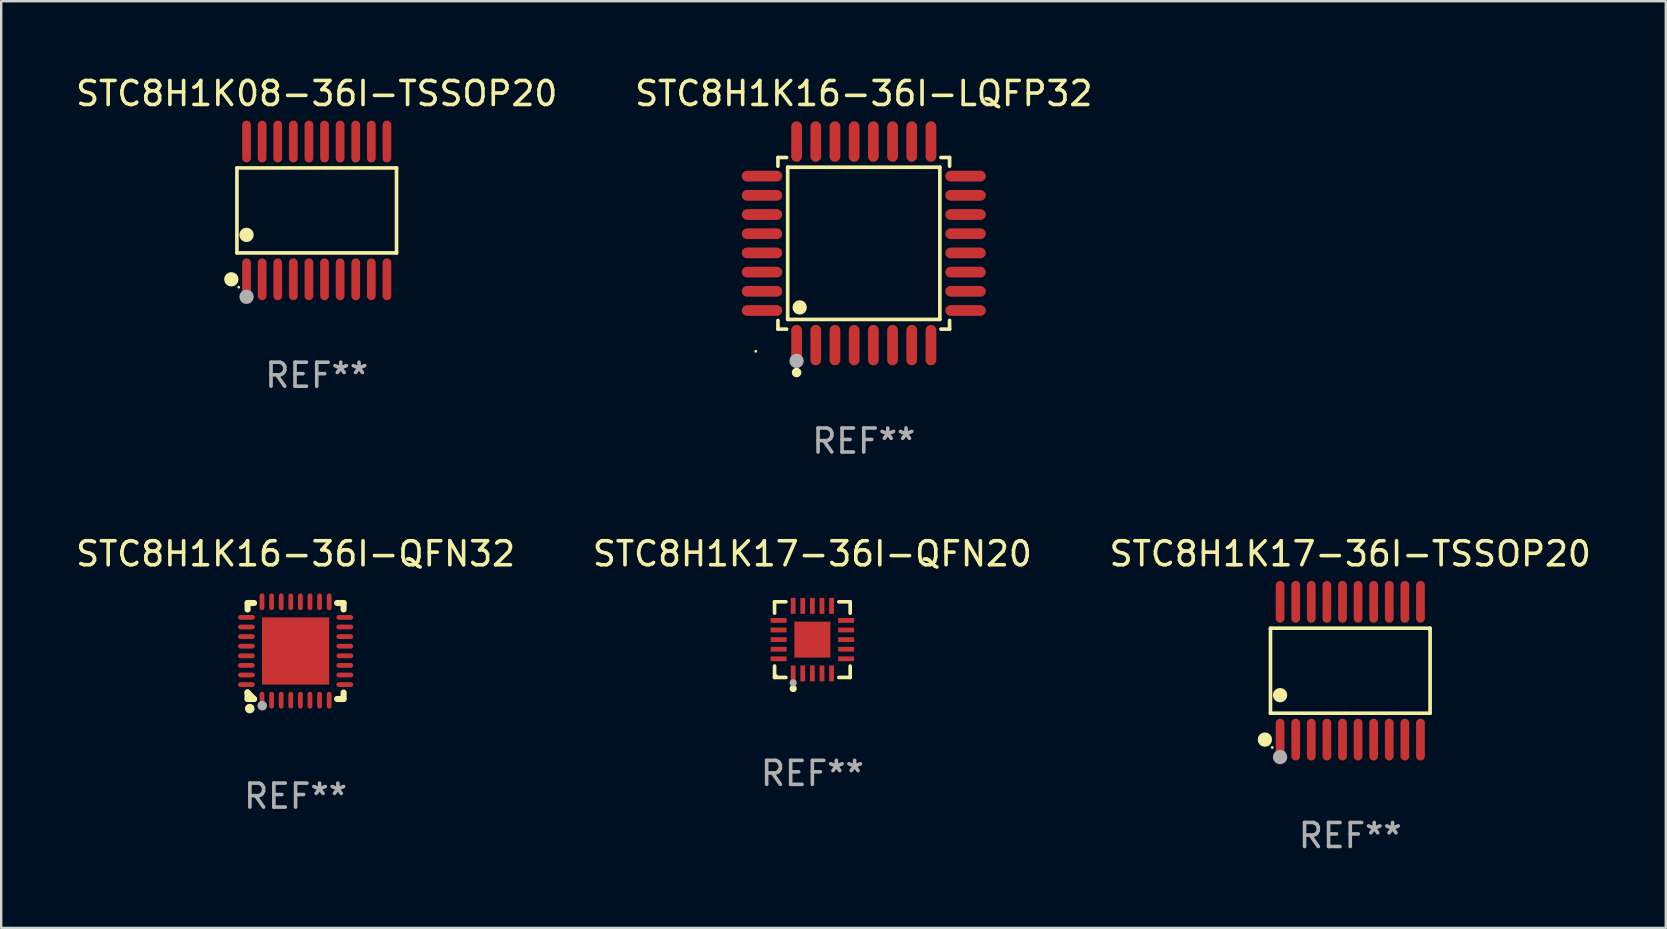
<source format=kicad_pcb>
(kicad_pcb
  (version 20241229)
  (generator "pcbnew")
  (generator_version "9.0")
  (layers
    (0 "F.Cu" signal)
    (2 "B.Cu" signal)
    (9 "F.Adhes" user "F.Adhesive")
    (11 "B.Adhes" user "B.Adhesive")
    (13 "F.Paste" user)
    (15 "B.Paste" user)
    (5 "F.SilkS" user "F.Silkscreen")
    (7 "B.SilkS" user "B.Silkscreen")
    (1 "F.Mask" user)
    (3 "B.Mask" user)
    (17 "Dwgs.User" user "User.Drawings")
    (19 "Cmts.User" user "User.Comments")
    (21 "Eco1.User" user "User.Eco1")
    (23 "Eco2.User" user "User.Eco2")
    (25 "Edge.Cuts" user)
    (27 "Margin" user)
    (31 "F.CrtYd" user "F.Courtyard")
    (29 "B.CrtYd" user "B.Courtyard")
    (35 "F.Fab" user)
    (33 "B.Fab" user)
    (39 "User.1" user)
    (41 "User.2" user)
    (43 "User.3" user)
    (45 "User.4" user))
  (footprint "STC8H1K17-36I-TSSOP20"
    (layer "F.Cu")
    (at 53.22 24.9)
    (property "Reference" "STC8H1K17-36I-TSSOP20" (at 0 -4.871 0) (layer "F.SilkS") (effects (font (size 1 1) (thickness 0.15))))
    (attr through_hole)
    (fp_line (start -3.326 -1.771) (end 3.326 -1.771) (stroke (width 0.152) (type solid)) (layer "F.SilkS"))
    (fp_line (start -3.326 1.771) (end -3.326 -1.771) (stroke (width 0.152) (type solid)) (layer "F.SilkS"))
    (fp_line (start 3.326 -1.771) (end 3.326 1.771) (stroke (width 0.152) (type solid)) (layer "F.SilkS"))
    (fp_line (start 3.326 1.771) (end -3.326 1.771) (stroke (width 0.152) (type solid)) (layer "F.SilkS"))
    (fp_circle (center -3.559 2.871) (end -3.409 2.871) (stroke (width 0.3) (type solid)) (fill no) (layer "F.SilkS"))
    (fp_circle (center -3.25 3.2) (end -3.22 3.2) (stroke (width 0.06) (type solid)) (fill no) (layer "F.SilkS"))
    (fp_circle (center -2.925 1.019) (end -2.775 1.019) (stroke (width 0.3) (type solid)) (fill no) (layer "F.SilkS"))
    (fp_circle (center -2.925 3.6) (end -2.775 3.6) (stroke (width 0.3) (type solid)) (fill no) (layer "F.Fab"))
    (fp_text user "REF**" (at 0 6.871 0) (layer "F.Fab") (effects (font (size 1 1) (thickness 0.15))))
    (pad "1" smd oval (at -2.925 2.871) (size 0.364 1.742) (layers "F.Cu" "F.Mask" "F.Paste"))
    (pad "2" smd oval (at -2.275 2.871) (size 0.364 1.742) (layers "F.Cu" "F.Mask" "F.Paste"))
    (pad "3" smd oval (at -1.625 2.871) (size 0.364 1.742) (layers "F.Cu" "F.Mask" "F.Paste"))
    (pad "4" smd oval (at -0.975 2.871) (size 0.364 1.742) (layers "F.Cu" "F.Mask" "F.Paste"))
    (pad "5" smd oval (at -0.325 2.871) (size 0.364 1.742) (layers "F.Cu" "F.Mask" "F.Paste"))
    (pad "6" smd oval (at 0.325 2.871) (size 0.364 1.742) (layers "F.Cu" "F.Mask" "F.Paste"))
    (pad "7" smd oval (at 0.975 2.871) (size 0.364 1.742) (layers "F.Cu" "F.Mask" "F.Paste"))
    (pad "8" smd oval (at 1.625 2.871) (size 0.364 1.742) (layers "F.Cu" "F.Mask" "F.Paste"))
    (pad "9" smd oval (at 2.275 2.871) (size 0.364 1.742) (layers "F.Cu" "F.Mask" "F.Paste"))
    (pad "10" smd oval (at 2.925 2.871) (size 0.364 1.742) (layers "F.Cu" "F.Mask" "F.Paste"))
    (pad "11" smd oval (at 2.925 -2.871) (size 0.364 1.742) (layers "F.Cu" "F.Mask" "F.Paste"))
    (pad "12" smd oval (at 2.275 -2.871) (size 0.364 1.742) (layers "F.Cu" "F.Mask" "F.Paste"))
    (pad "13" smd oval (at 1.625 -2.871) (size 0.364 1.742) (layers "F.Cu" "F.Mask" "F.Paste"))
    (pad "14" smd oval (at 0.975 -2.871) (size 0.364 1.742) (layers "F.Cu" "F.Mask" "F.Paste"))
    (pad "15" smd oval (at 0.325 -2.871) (size 0.364 1.742) (layers "F.Cu" "F.Mask" "F.Paste"))
    (pad "16" smd oval (at -0.325 -2.871) (size 0.364 1.742) (layers "F.Cu" "F.Mask" "F.Paste"))
    (pad "17" smd oval (at -0.975 -2.871) (size 0.364 1.742) (layers "F.Cu" "F.Mask" "F.Paste"))
    (pad "18" smd oval (at -1.625 -2.871) (size 0.364 1.742) (layers "F.Cu" "F.Mask" "F.Paste"))
    (pad "19" smd oval (at -2.275 -2.871) (size 0.364 1.742) (layers "F.Cu" "F.Mask" "F.Paste"))
    (pad "20" smd oval (at -2.925 -2.871) (size 0.364 1.742) (layers "F.Cu" "F.Mask" "F.Paste")))
  (footprint "STC8H1K17-36I-QFN20"
    (layer "F.Cu")
    (at 30.804 23.605)
    (property "Reference" "STC8H1K17-36I-QFN20" (at 0 -3.576 0) (layer "F.SilkS") (effects (font (size 1 1) (thickness 0.15))))
    (attr through_hole)
    (fp_line (start -1.576 -1.576) (end -1.103 -1.576) (stroke (width 0.152) (type solid)) (layer "F.SilkS"))
    (fp_line (start -1.576 -1.103) (end -1.576 -1.576) (stroke (width 0.152) (type solid)) (layer "F.SilkS"))
    (fp_line (start -1.576 1.103) (end -1.576 1.576) (stroke (width 0.152) (type solid)) (layer "F.SilkS"))
    (fp_line (start -1.576 1.576) (end -1.103 1.576) (stroke (width 0.152) (type solid)) (layer "F.SilkS"))
    (fp_line (start 1.576 -1.576) (end 1.103 -1.576) (stroke (width 0.152) (type solid)) (layer "F.SilkS"))
    (fp_line (start 1.576 -1.103) (end 1.576 -1.576) (stroke (width 0.152) (type solid)) (layer "F.SilkS"))
    (fp_line (start 1.576 1.103) (end 1.576 1.576) (stroke (width 0.152) (type solid)) (layer "F.SilkS"))
    (fp_line (start 1.576 1.576) (end 1.103 1.576) (stroke (width 0.152) (type solid)) (layer "F.SilkS"))
    (fp_circle (center -1.5 1.5) (end -1.47 1.5) (stroke (width 0.06) (type solid)) (fill no) (layer "F.SilkS"))
    (fp_circle (center -0.8 2.04) (end -0.725 2.04) (stroke (width 0.15) (type solid)) (fill no) (layer "F.SilkS"))
    (fp_circle (center -0.8 1.8) (end -0.725 1.8) (stroke (width 0.15) (type solid)) (fill no) (layer "F.Fab"))
    (fp_text user "REF**" (at 0 5.576 0) (layer "F.Fab") (effects (font (size 1 1) (thickness 0.15))))
    (pad "1" smd rect (at -0.8 1.407) (size 0.2 0.665) (layers "F.Cu" "F.Mask" "F.Paste"))
    (pad "2" smd rect (at -0.4 1.407) (size 0.2 0.665) (layers "F.Cu" "F.Mask" "F.Paste"))
    (pad "3" smd rect (at 0 1.407) (size 0.2 0.665) (layers "F.Cu" "F.Mask" "F.Paste"))
    (pad "4" smd rect (at 0.4 1.407) (size 0.2 0.665) (layers "F.Cu" "F.Mask" "F.Paste"))
    (pad "5" smd rect (at 0.8 1.407) (size 0.2 0.665) (layers "F.Cu" "F.Mask" "F.Paste"))
    (pad "6" smd rect (at 1.407 0.8) (size 0.665 0.2) (layers "F.Cu" "F.Mask" "F.Paste"))
    (pad "7" smd rect (at 1.407 0.4) (size 0.665 0.2) (layers "F.Cu" "F.Mask" "F.Paste"))
    (pad "8" smd rect (at 1.407 0) (size 0.665 0.2) (layers "F.Cu" "F.Mask" "F.Paste"))
    (pad "9" smd rect (at 1.407 -0.4) (size 0.665 0.2) (layers "F.Cu" "F.Mask" "F.Paste"))
    (pad "10" smd rect (at 1.407 -0.8) (size 0.665 0.2) (layers "F.Cu" "F.Mask" "F.Paste"))
    (pad "11" smd rect (at 0.8 -1.407) (size 0.2 0.665) (layers "F.Cu" "F.Mask" "F.Paste"))
    (pad "12" smd rect (at 0.4 -1.407) (size 0.2 0.665) (layers "F.Cu" "F.Mask" "F.Paste"))
    (pad "13" smd rect (at 0 -1.407) (size 0.2 0.665) (layers "F.Cu" "F.Mask" "F.Paste"))
    (pad "14" smd rect (at -0.4 -1.407) (size 0.2 0.665) (layers "F.Cu" "F.Mask" "F.Paste"))
    (pad "15" smd rect (at -0.8 -1.407) (size 0.2 0.665) (layers "F.Cu" "F.Mask" "F.Paste"))
    (pad "16" smd rect (at -1.407 -0.8) (size 0.665 0.2) (layers "F.Cu" "F.Mask" "F.Paste"))
    (pad "17" smd rect (at -1.407 -0.4) (size 0.665 0.2) (layers "F.Cu" "F.Mask" "F.Paste"))
    (pad "18" smd rect (at -1.407 0) (size 0.665 0.2) (layers "F.Cu" "F.Mask" "F.Paste"))
    (pad "19" smd rect (at -1.407 0.4) (size 0.665 0.2) (layers "F.Cu" "F.Mask" "F.Paste"))
    (pad "20" smd rect (at -1.407 0.8) (size 0.665 0.2) (layers "F.Cu" "F.Mask" "F.Paste"))
    (pad "21" smd rect (at 0 0) (size 1.5 1.5) (layers "F.Cu" "F.Mask" "F.Paste")))
  (footprint "STC8H1K08-36I-TSSOP20"
    (layer "F.Cu")
    (at 10.149 5.719)
    (property "Reference" "STC8H1K08-36I-TSSOP20" (at 0 -4.871 0) (layer "F.SilkS") (effects (font (size 1 1) (thickness 0.15))))
    (attr through_hole)
    (fp_line (start -3.326 -1.771) (end 3.326 -1.771) (stroke (width 0.152) (type solid)) (layer "F.SilkS"))
    (fp_line (start -3.326 1.771) (end -3.326 -1.771) (stroke (width 0.152) (type solid)) (layer "F.SilkS"))
    (fp_line (start 3.326 -1.771) (end 3.326 1.771) (stroke (width 0.152) (type solid)) (layer "F.SilkS"))
    (fp_line (start 3.326 1.771) (end -3.326 1.771) (stroke (width 0.152) (type solid)) (layer "F.SilkS"))
    (fp_circle (center -3.559 2.871) (end -3.409 2.871) (stroke (width 0.3) (type solid)) (fill no) (layer "F.SilkS"))
    (fp_circle (center -3.25 3.2) (end -3.22 3.2) (stroke (width 0.06) (type solid)) (fill no) (layer "F.SilkS"))
    (fp_circle (center -2.925 1.019) (end -2.775 1.019) (stroke (width 0.3) (type solid)) (fill no) (layer "F.SilkS"))
    (fp_circle (center -2.925 3.6) (end -2.775 3.6) (stroke (width 0.3) (type solid)) (fill no) (layer "F.Fab"))
    (fp_text user "REF**" (at 0 6.871 0) (layer "F.Fab") (effects (font (size 1 1) (thickness 0.15))))
    (pad "1" smd oval (at -2.925 2.871) (size 0.364 1.742) (layers "F.Cu" "F.Mask" "F.Paste"))
    (pad "2" smd oval (at -2.275 2.871) (size 0.364 1.742) (layers "F.Cu" "F.Mask" "F.Paste"))
    (pad "3" smd oval (at -1.625 2.871) (size 0.364 1.742) (layers "F.Cu" "F.Mask" "F.Paste"))
    (pad "4" smd oval (at -0.975 2.871) (size 0.364 1.742) (layers "F.Cu" "F.Mask" "F.Paste"))
    (pad "5" smd oval (at -0.325 2.871) (size 0.364 1.742) (layers "F.Cu" "F.Mask" "F.Paste"))
    (pad "6" smd oval (at 0.325 2.871) (size 0.364 1.742) (layers "F.Cu" "F.Mask" "F.Paste"))
    (pad "7" smd oval (at 0.975 2.871) (size 0.364 1.742) (layers "F.Cu" "F.Mask" "F.Paste"))
    (pad "8" smd oval (at 1.625 2.871) (size 0.364 1.742) (layers "F.Cu" "F.Mask" "F.Paste"))
    (pad "9" smd oval (at 2.275 2.871) (size 0.364 1.742) (layers "F.Cu" "F.Mask" "F.Paste"))
    (pad "10" smd oval (at 2.925 2.871) (size 0.364 1.742) (layers "F.Cu" "F.Mask" "F.Paste"))
    (pad "11" smd oval (at 2.925 -2.871) (size 0.364 1.742) (layers "F.Cu" "F.Mask" "F.Paste"))
    (pad "12" smd oval (at 2.275 -2.871) (size 0.364 1.742) (layers "F.Cu" "F.Mask" "F.Paste"))
    (pad "13" smd oval (at 1.625 -2.871) (size 0.364 1.742) (layers "F.Cu" "F.Mask" "F.Paste"))
    (pad "14" smd oval (at 0.975 -2.871) (size 0.364 1.742) (layers "F.Cu" "F.Mask" "F.Paste"))
    (pad "15" smd oval (at 0.325 -2.871) (size 0.364 1.742) (layers "F.Cu" "F.Mask" "F.Paste"))
    (pad "16" smd oval (at -0.325 -2.871) (size 0.364 1.742) (layers "F.Cu" "F.Mask" "F.Paste"))
    (pad "17" smd oval (at -0.975 -2.871) (size 0.364 1.742) (layers "F.Cu" "F.Mask" "F.Paste"))
    (pad "18" smd oval (at -1.625 -2.871) (size 0.364 1.742) (layers "F.Cu" "F.Mask" "F.Paste"))
    (pad "19" smd oval (at -2.275 -2.871) (size 0.364 1.742) (layers "F.Cu" "F.Mask" "F.Paste"))
    (pad "20" smd oval (at -2.925 -2.871) (size 0.364 1.742) (layers "F.Cu" "F.Mask" "F.Paste")))
  (footprint "STC8H1K16-36I-QFN32"
    (layer "F.Cu")
    (at 9.268 24.079)
    (property "Reference" "STC8H1K16-36I-QFN32" (at 0 -4.05 0) (layer "F.SilkS") (effects (font (size 1 1) (thickness 0.15))))
    (attr through_hole)
    (fp_line (start -2 -2) (end -1.731 -2) (stroke (width 0.254) (type solid)) (layer "F.SilkS"))
    (fp_line (start -2 -1.731) (end -2 -2) (stroke (width 0.254) (type solid)) (layer "F.SilkS"))
    (fp_line (start -2 1.731) (end -2 1.731) (stroke (width 0.254) (type solid)) (layer "F.SilkS"))
    (fp_line (start -2 2) (end -2 1.731) (stroke (width 0.254) (type solid)) (layer "F.SilkS"))
    (fp_line (start -2 1.731) (end -1.731 2) (stroke (width 0.254) (type solid)) (layer "F.SilkS"))
    (fp_line (start -1.731 2) (end -2 2) (stroke (width 0.254) (type solid)) (layer "F.SilkS"))
    (fp_line (start 1.731 -2) (end 2 -2) (stroke (width 0.254) (type solid)) (layer "F.SilkS"))
    (fp_line (start 2 -2) (end 2 -1.731) (stroke (width 0.254) (type solid)) (layer "F.SilkS"))
    (fp_line (start 2 1.731) (end 2 2) (stroke (width 0.254) (type solid)) (layer "F.SilkS"))
    (fp_line (start 2 2) (end 1.731 2) (stroke (width 0.254) (type solid)) (layer "F.SilkS"))
    (fp_circle (center -2 2) (end -1.97 2) (stroke (width 0.06) (type solid)) (fill no) (layer "F.SilkS"))
    (fp_circle (center -1.91 2.4) (end -1.81 2.4) (stroke (width 0.2) (type solid)) (fill no) (layer "F.SilkS"))
    (fp_circle (center -1.39 2.28) (end -1.29 2.28) (stroke (width 0.2) (type solid)) (fill no) (layer "F.Fab"))
    (fp_text user "REF**" (at 0 6.05 0) (layer "F.Fab") (effects (font (size 1 1) (thickness 0.15))))
    (pad "1" smd oval (at -1.4 2.05) (size 0.2 0.7) (layers "F.Cu" "F.Mask" "F.Paste"))
    (pad "2" smd oval (at -1 2.05) (size 0.2 0.7) (layers "F.Cu" "F.Mask" "F.Paste"))
    (pad "3" smd oval (at -0.6 2.05) (size 0.2 0.7) (layers "F.Cu" "F.Mask" "F.Paste"))
    (pad "4" smd oval (at -0.2 2.05) (size 0.2 0.7) (layers "F.Cu" "F.Mask" "F.Paste"))
    (pad "5" smd oval (at 0.2 2.05) (size 0.2 0.7) (layers "F.Cu" "F.Mask" "F.Paste"))
    (pad "6" smd oval (at 0.6 2.05) (size 0.2 0.7) (layers "F.Cu" "F.Mask" "F.Paste"))
    (pad "7" smd oval (at 1 2.05) (size 0.2 0.7) (layers "F.Cu" "F.Mask" "F.Paste"))
    (pad "8" smd oval (at 1.4 2.05) (size 0.2 0.7) (layers "F.Cu" "F.Mask" "F.Paste"))
    (pad "9" smd oval (at 2.05 1.4) (size 0.7 0.2) (layers "F.Cu" "F.Mask" "F.Paste"))
    (pad "10" smd oval (at 2.05 1) (size 0.7 0.2) (layers "F.Cu" "F.Mask" "F.Paste"))
    (pad "11" smd oval (at 2.05 0.6) (size 0.7 0.2) (layers "F.Cu" "F.Mask" "F.Paste"))
    (pad "12" smd oval (at 2.05 0.2) (size 0.7 0.2) (layers "F.Cu" "F.Mask" "F.Paste"))
    (pad "13" smd oval (at 2.05 -0.2) (size 0.7 0.2) (layers "F.Cu" "F.Mask" "F.Paste"))
    (pad "14" smd oval (at 2.05 -0.6) (size 0.7 0.2) (layers "F.Cu" "F.Mask" "F.Paste"))
    (pad "15" smd oval (at 2.05 -1) (size 0.7 0.2) (layers "F.Cu" "F.Mask" "F.Paste"))
    (pad "16" smd oval (at 2.05 -1.4) (size 0.7 0.2) (layers "F.Cu" "F.Mask" "F.Paste"))
    (pad "17" smd oval (at 1.4 -2.05) (size 0.2 0.7) (layers "F.Cu" "F.Mask" "F.Paste"))
    (pad "18" smd oval (at 1 -2.05) (size 0.2 0.7) (layers "F.Cu" "F.Mask" "F.Paste"))
    (pad "19" smd oval (at 0.6 -2.05) (size 0.2 0.7) (layers "F.Cu" "F.Mask" "F.Paste"))
    (pad "20" smd oval (at 0.2 -2.05) (size 0.2 0.7) (layers "F.Cu" "F.Mask" "F.Paste"))
    (pad "21" smd oval (at -0.2 -2.05) (size 0.2 0.7) (layers "F.Cu" "F.Mask" "F.Paste"))
    (pad "22" smd oval (at -0.6 -2.05) (size 0.2 0.7) (layers "F.Cu" "F.Mask" "F.Paste"))
    (pad "23" smd oval (at -1 -2.05) (size 0.2 0.7) (layers "F.Cu" "F.Mask" "F.Paste"))
    (pad "24" smd oval (at -1.4 -2.05) (size 0.2 0.7) (layers "F.Cu" "F.Mask" "F.Paste"))
    (pad "25" smd oval (at -2.05 -1.4) (size 0.7 0.2) (layers "F.Cu" "F.Mask" "F.Paste"))
    (pad "26" smd oval (at -2.05 -1) (size 0.7 0.2) (layers "F.Cu" "F.Mask" "F.Paste"))
    (pad "27" smd oval (at -2.05 -0.6) (size 0.7 0.2) (layers "F.Cu" "F.Mask" "F.Paste"))
    (pad "28" smd oval (at -2.05 -0.2) (size 0.7 0.2) (layers "F.Cu" "F.Mask" "F.Paste"))
    (pad "29" smd oval (at -2.05 0.2) (size 0.7 0.2) (layers "F.Cu" "F.Mask" "F.Paste"))
    (pad "30" smd oval (at -2.05 0.6) (size 0.7 0.2) (layers "F.Cu" "F.Mask" "F.Paste"))
    (pad "31" smd oval (at -2.05 1) (size 0.7 0.2) (layers "F.Cu" "F.Mask" "F.Paste"))
    (pad "32" smd oval (at -2.05 1.4) (size 0.7 0.2) (layers "F.Cu" "F.Mask" "F.Paste"))
    (pad "33" smd rect (at 0.000254 0.000254) (size 2.8 2.8) (layers "F.Cu" "F.Mask" "F.Paste")))
  (footprint "STC8H1K16-36I-LQFP32"
    (layer "F.Cu")
    (at 32.946 7.09)
    (property "Reference" "STC8H1K16-36I-LQFP32" (at 0 -6.242 0) (layer "F.SilkS") (effects (font (size 1 1) (thickness 0.15))))
    (attr through_hole)
    (fp_line (start -3.576 -3.576) (end -3.215 -3.576) (stroke (width 0.152) (type solid)) (layer "F.SilkS"))
    (fp_line (start -3.576 -3.215) (end -3.576 -3.576) (stroke (width 0.152) (type solid)) (layer "F.SilkS"))
    (fp_line (start -3.576 3.215) (end -3.576 3.576) (stroke (width 0.152) (type solid)) (layer "F.SilkS"))
    (fp_line (start -3.576 3.576) (end -3.215 3.576) (stroke (width 0.152) (type solid)) (layer "F.SilkS"))
    (fp_line (start -3.171 -3.171) (end 3.171 -3.171) (stroke (width 0.152) (type solid)) (layer "F.SilkS"))
    (fp_line (start -3.171 3.171) (end -3.171 -3.171) (stroke (width 0.152) (type solid)) (layer "F.SilkS"))
    (fp_line (start 3.171 -3.171) (end 3.171 3.171) (stroke (width 0.152) (type solid)) (layer "F.SilkS"))
    (fp_line (start 3.171 3.171) (end -3.171 3.171) (stroke (width 0.152) (type solid)) (layer "F.SilkS"))
    (fp_line (start 3.576 -3.576) (end 3.215 -3.576) (stroke (width 0.152) (type solid)) (layer "F.SilkS"))
    (fp_line (start 3.576 -3.215) (end 3.576 -3.576) (stroke (width 0.152) (type solid)) (layer "F.SilkS"))
    (fp_line (start 3.576 3.215) (end 3.576 3.576) (stroke (width 0.152) (type solid)) (layer "F.SilkS"))
    (fp_line (start 3.576 3.576) (end 3.215 3.576) (stroke (width 0.152) (type solid)) (layer "F.SilkS"))
    (fp_circle (center -4.5 4.5) (end -4.47 4.5) (stroke (width 0.06) (type solid)) (fill no) (layer "F.SilkS"))
    (fp_circle (center -2.8 5.384) (end -2.7 5.384) (stroke (width 0.2) (type solid)) (fill no) (layer "F.SilkS"))
    (fp_circle (center -2.671 2.671) (end -2.521 2.671) (stroke (width 0.3) (type solid)) (fill no) (layer "F.SilkS"))
    (fp_circle (center -2.8 4.9) (end -2.65 4.9) (stroke (width 0.3) (type solid)) (fill no) (layer "F.Fab"))
    (fp_text user "REF**" (at 0 8.242 0) (layer "F.Fab") (effects (font (size 1 1) (thickness 0.15))))
    (pad "1" smd oval (at -2.8 4.242) (size 0.448 1.684) (layers "F.Cu" "F.Mask" "F.Paste"))
    (pad "2" smd oval (at -2 4.242) (size 0.448 1.684) (layers "F.Cu" "F.Mask" "F.Paste"))
    (pad "3" smd oval (at -1.2 4.242) (size 0.448 1.684) (layers "F.Cu" "F.Mask" "F.Paste"))
    (pad "4" smd oval (at -0.4 4.242) (size 0.448 1.684) (layers "F.Cu" "F.Mask" "F.Paste"))
    (pad "5" smd oval (at 0.4 4.242) (size 0.448 1.684) (layers "F.Cu" "F.Mask" "F.Paste"))
    (pad "6" smd oval (at 1.2 4.242) (size 0.448 1.684) (layers "F.Cu" "F.Mask" "F.Paste"))
    (pad "7" smd oval (at 2 4.242) (size 0.448 1.684) (layers "F.Cu" "F.Mask" "F.Paste"))
    (pad "8" smd oval (at 2.8 4.242) (size 0.448 1.684) (layers "F.Cu" "F.Mask" "F.Paste"))
    (pad "9" smd oval (at 4.242 2.8) (size 1.684 0.448) (layers "F.Cu" "F.Mask" "F.Paste"))
    (pad "10" smd oval (at 4.242 2) (size 1.684 0.448) (layers "F.Cu" "F.Mask" "F.Paste"))
    (pad "11" smd oval (at 4.242 1.2) (size 1.684 0.448) (layers "F.Cu" "F.Mask" "F.Paste"))
    (pad "12" smd oval (at 4.242 0.4) (size 1.684 0.448) (layers "F.Cu" "F.Mask" "F.Paste"))
    (pad "13" smd oval (at 4.242 -0.4) (size 1.684 0.448) (layers "F.Cu" "F.Mask" "F.Paste"))
    (pad "14" smd oval (at 4.242 -1.2) (size 1.684 0.448) (layers "F.Cu" "F.Mask" "F.Paste"))
    (pad "15" smd oval (at 4.242 -2) (size 1.684 0.448) (layers "F.Cu" "F.Mask" "F.Paste"))
    (pad "16" smd oval (at 4.242 -2.8) (size 1.684 0.448) (layers "F.Cu" "F.Mask" "F.Paste"))
    (pad "17" smd oval (at 2.8 -4.242) (size 0.448 1.684) (layers "F.Cu" "F.Mask" "F.Paste"))
    (pad "18" smd oval (at 2 -4.242) (size 0.448 1.684) (layers "F.Cu" "F.Mask" "F.Paste"))
    (pad "19" smd oval (at 1.2 -4.242) (size 0.448 1.684) (layers "F.Cu" "F.Mask" "F.Paste"))
    (pad "20" smd oval (at 0.4 -4.242) (size 0.448 1.684) (layers "F.Cu" "F.Mask" "F.Paste"))
    (pad "21" smd oval (at -0.4 -4.242) (size 0.448 1.684) (layers "F.Cu" "F.Mask" "F.Paste"))
    (pad "22" smd oval (at -1.2 -4.242) (size 0.448 1.684) (layers "F.Cu" "F.Mask" "F.Paste"))
    (pad "23" smd oval (at -2 -4.242) (size 0.448 1.684) (layers "F.Cu" "F.Mask" "F.Paste"))
    (pad "24" smd oval (at -2.8 -4.242) (size 0.448 1.684) (layers "F.Cu" "F.Mask" "F.Paste"))
    (pad "25" smd oval (at -4.242 -2.8) (size 1.684 0.448) (layers "F.Cu" "F.Mask" "F.Paste"))
    (pad "26" smd oval (at -4.242 -2) (size 1.684 0.448) (layers "F.Cu" "F.Mask" "F.Paste"))
    (pad "27" smd oval (at -4.242 -1.2) (size 1.684 0.448) (layers "F.Cu" "F.Mask" "F.Paste"))
    (pad "28" smd oval (at -4.242 -0.4) (size 1.684 0.448) (layers "F.Cu" "F.Mask" "F.Paste"))
    (pad "29" smd oval (at -4.242 0.4) (size 1.684 0.448) (layers "F.Cu" "F.Mask" "F.Paste"))
    (pad "30" smd oval (at -4.242 1.2) (size 1.684 0.448) (layers "F.Cu" "F.Mask" "F.Paste"))
    (pad "31" smd oval (at -4.242 2) (size 1.684 0.448) (layers "F.Cu" "F.Mask" "F.Paste"))
    (pad "32" smd oval (at -4.242 2.8) (size 1.684 0.448) (layers "F.Cu" "F.Mask" "F.Paste")))
  (gr_rect
    (start -3 -3)
    (end 66.369 35.619)
    (stroke (width 0.1) (type default))
    (fill no)
    (layer "Edge.Cuts")))
</source>
